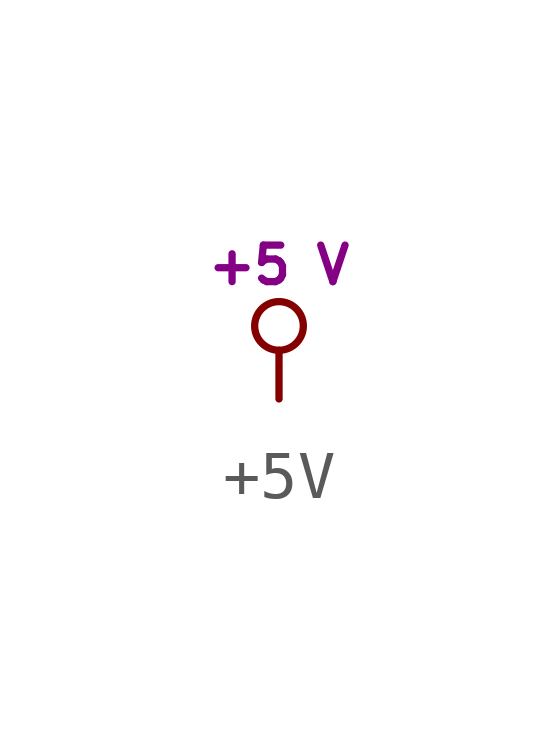
<source format=kicad_sym>
(kicad_symbol_lib
  (version 20211014)
  (generator kicad_symbol_editor)
  (symbol "+5V"
    (power)
    (pin_numbers hide)
    (pin_names
      (offset 0))
    (property "Reference" "#PWR"
      (at 0 3.556 0)
      (effects (font (size 0.508 0.508)) hide))
    (property "Footprint" ""
      (at 0 0 0)
      (effects (font (size 1.524 1.524))))
    (property "Datasheet" ""
      (at 0 3.556 0)
      (effects (font (size 1.524 1.524))))
    (property "Unit" "+5 V"
      (at 0 2.794 0)
      (effects (font (size 0.762 0.762))))
    (symbol "+5V_0_0"
      (polyline (pts (xy 0 0) (xy 0 1.016) (xy 0 1.016)) (stroke (width 0) (type default) (color 0 0 0 0)) (fill (type none)))
      (pin power_in line (at 0 0 90) (length 0) hide (name "+5V" (effects (font (size 0.635 0.635)))) (number "1" (effects (font (size 0.635 0.635))))))
    (symbol "+5V_0_1"
      (circle (center 0 1.524) (radius 0.508) (stroke (width 0) (type default) (color 0 0 0 0)) (fill (type none))))))
</source>
